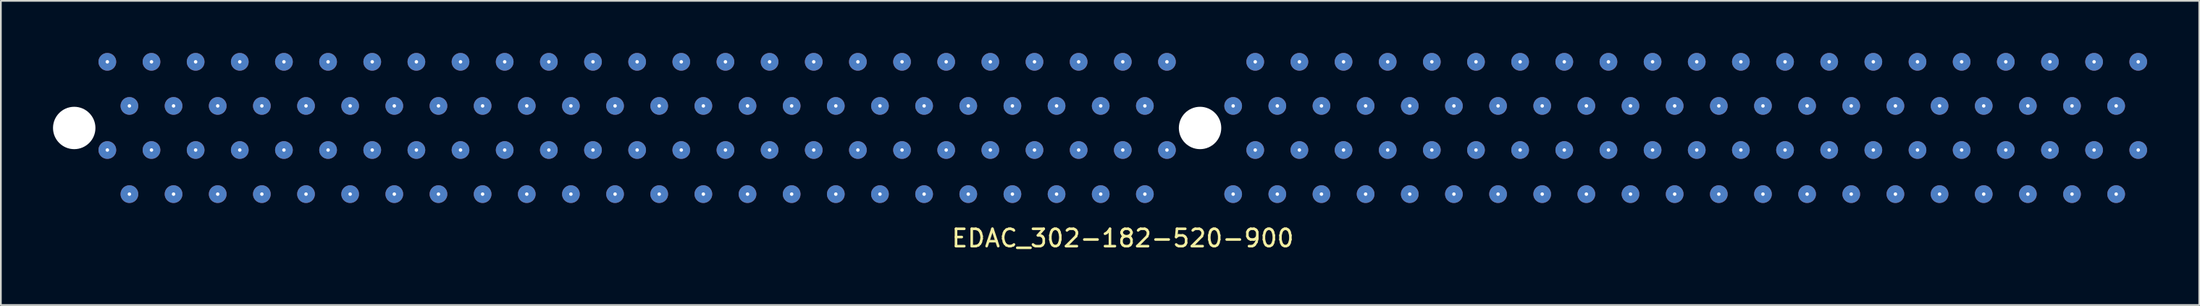
<source format=kicad_pcb>
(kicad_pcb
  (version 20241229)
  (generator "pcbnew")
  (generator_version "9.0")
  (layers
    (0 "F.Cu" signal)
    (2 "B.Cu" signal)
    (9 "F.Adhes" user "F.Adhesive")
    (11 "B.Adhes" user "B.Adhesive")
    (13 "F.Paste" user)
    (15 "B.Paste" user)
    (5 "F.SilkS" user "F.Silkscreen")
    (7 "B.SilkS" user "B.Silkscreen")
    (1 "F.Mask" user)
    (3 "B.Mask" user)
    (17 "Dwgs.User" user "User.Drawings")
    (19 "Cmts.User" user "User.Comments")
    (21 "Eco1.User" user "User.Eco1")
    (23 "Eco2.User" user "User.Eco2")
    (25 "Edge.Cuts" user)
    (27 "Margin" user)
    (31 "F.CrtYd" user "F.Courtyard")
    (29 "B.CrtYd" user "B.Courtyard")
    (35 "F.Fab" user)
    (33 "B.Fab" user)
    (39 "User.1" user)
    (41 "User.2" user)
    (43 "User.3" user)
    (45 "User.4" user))
  (footprint "EDAC_302-182-520-900"
    (layer "F.Cu")
    (at 61.545 4.32)
    (property "Reference" "EDAC_302-182-520-900" (at 0 6.35 0) (layer "F.SilkS") (effects (font (size 1 1) (thickness 0.15))))
    (attr through_hole)
    (pad "" np_thru_hole circle (at -60.325 0) (size 2.44 2.44) (drill 2.44) (layers "*.Cu" "*.Mask"))
    (pad "" np_thru_hole circle (at 4.445 0) (size 2.44 2.44) (drill 2.44) (layers "*.Cu" "*.Mask"))
    (pad "1" thru_hole circle (at -58.42 -3.81) (size 1.02 1.02) (drill 0.2) (layers "*.Mask" "B.Cu"))
    (pad "2" thru_hole circle (at -57.15 -1.27) (size 1.02 1.02) (drill 0.2) (layers "*.Mask" "B.Cu"))
    (pad "3" thru_hole circle (at -55.88 -3.81) (size 1.02 1.02) (drill 0.2) (layers "*.Mask" "B.Cu"))
    (pad "4" thru_hole circle (at -54.61 -1.27) (size 1.02 1.02) (drill 0.2) (layers "*.Mask" "B.Cu"))
    (pad "5" thru_hole circle (at -53.34 -3.81) (size 1.02 1.02) (drill 0.2) (layers "*.Mask" "B.Cu"))
    (pad "6" thru_hole circle (at -52.07 -1.27) (size 1.02 1.02) (drill 0.2) (layers "*.Mask" "B.Cu"))
    (pad "7" thru_hole circle (at -50.8 -3.81) (size 1.02 1.02) (drill 0.2) (layers "*.Mask" "B.Cu"))
    (pad "8" thru_hole circle (at -49.53 -1.27) (size 1.02 1.02) (drill 0.2) (layers "*.Mask" "B.Cu"))
    (pad "9" thru_hole circle (at -48.26 -3.81) (size 1.02 1.02) (drill 0.2) (layers "*.Mask" "B.Cu"))
    (pad "10" thru_hole circle (at -46.99 -1.27) (size 1.02 1.02) (drill 0.2) (layers "*.Mask" "B.Cu"))
    (pad "11" thru_hole circle (at -45.72 -3.81) (size 1.02 1.02) (drill 0.2) (layers "*.Mask" "B.Cu"))
    (pad "12" thru_hole circle (at -44.45 -1.27) (size 1.02 1.02) (drill 0.2) (layers "*.Mask" "B.Cu"))
    (pad "13" thru_hole circle (at -43.18 -3.81) (size 1.02 1.02) (drill 0.2) (layers "*.Mask" "B.Cu"))
    (pad "14" thru_hole circle (at -41.91 -1.27) (size 1.02 1.02) (drill 0.2) (layers "*.Mask" "B.Cu"))
    (pad "15" thru_hole circle (at -40.64 -3.81) (size 1.02 1.02) (drill 0.2) (layers "*.Mask" "B.Cu"))
    (pad "16" thru_hole circle (at -39.37 -1.27) (size 1.02 1.02) (drill 0.2) (layers "*.Mask" "B.Cu"))
    (pad "17" thru_hole circle (at -38.1 -3.81) (size 1.02 1.02) (drill 0.2) (layers "*.Mask" "B.Cu"))
    (pad "18" thru_hole circle (at -36.83 -1.27) (size 1.02 1.02) (drill 0.2) (layers "*.Mask" "B.Cu"))
    (pad "19" thru_hole circle (at -35.56 -3.81) (size 1.02 1.02) (drill 0.2) (layers "*.Mask" "B.Cu"))
    (pad "20" thru_hole circle (at -34.29 -1.27) (size 1.02 1.02) (drill 0.2) (layers "*.Mask" "B.Cu"))
    (pad "21" thru_hole circle (at -33.02 -3.81) (size 1.02 1.02) (drill 0.2) (layers "*.Mask" "B.Cu"))
    (pad "22" thru_hole circle (at -31.75 -1.27) (size 1.02 1.02) (drill 0.2) (layers "*.Mask" "B.Cu"))
    (pad "23" thru_hole circle (at -30.48 -3.81) (size 1.02 1.02) (drill 0.2) (layers "*.Mask" "B.Cu"))
    (pad "24" thru_hole circle (at -29.21 -1.27) (size 1.02 1.02) (drill 0.2) (layers "*.Mask" "B.Cu"))
    (pad "25" thru_hole circle (at -27.94 -3.81) (size 1.02 1.02) (drill 0.2) (layers "*.Mask" "B.Cu"))
    (pad "26" thru_hole circle (at -26.67 -1.27) (size 1.02 1.02) (drill 0.2) (layers "*.Mask" "B.Cu"))
    (pad "27" thru_hole circle (at -25.4 -3.81) (size 1.02 1.02) (drill 0.2) (layers "*.Mask" "B.Cu"))
    (pad "28" thru_hole circle (at -24.13 -1.27) (size 1.02 1.02) (drill 0.2) (layers "*.Mask" "B.Cu"))
    (pad "29" thru_hole circle (at -22.86 -3.81) (size 1.02 1.02) (drill 0.2) (layers "*.Mask" "B.Cu"))
    (pad "30" thru_hole circle (at -21.59 -1.27) (size 1.02 1.02) (drill 0.2) (layers "*.Mask" "B.Cu"))
    (pad "31" thru_hole circle (at -20.32 -3.81) (size 1.02 1.02) (drill 0.2) (layers "*.Mask" "B.Cu"))
    (pad "32" thru_hole circle (at -19.05 -1.27) (size 1.02 1.02) (drill 0.2) (layers "*.Mask" "B.Cu"))
    (pad "33" thru_hole circle (at -17.78 -3.81) (size 1.02 1.02) (drill 0.2) (layers "*.Mask" "B.Cu"))
    (pad "34" thru_hole circle (at -16.51 -1.27) (size 1.02 1.02) (drill 0.2) (layers "*.Mask" "B.Cu"))
    (pad "35" thru_hole circle (at -15.24 -3.81) (size 1.02 1.02) (drill 0.2) (layers "*.Mask" "B.Cu"))
    (pad "36" thru_hole circle (at -13.97 -1.27) (size 1.02 1.02) (drill 0.2) (layers "*.Mask" "B.Cu"))
    (pad "37" thru_hole circle (at -12.7 -3.81) (size 1.02 1.02) (drill 0.2) (layers "*.Mask" "B.Cu"))
    (pad "38" thru_hole circle (at -11.43 -1.27) (size 1.02 1.02) (drill 0.2) (layers "*.Mask" "B.Cu"))
    (pad "39" thru_hole circle (at -10.16 -3.81) (size 1.02 1.02) (drill 0.2) (layers "*.Mask" "B.Cu"))
    (pad "40" thru_hole circle (at -8.89 -1.27) (size 1.02 1.02) (drill 0.2) (layers "*.Mask" "B.Cu"))
    (pad "41" thru_hole circle (at -7.62 -3.81) (size 1.02 1.02) (drill 0.2) (layers "*.Mask" "B.Cu"))
    (pad "42" thru_hole circle (at -6.35 -1.27) (size 1.02 1.02) (drill 0.2) (layers "*.Mask" "B.Cu"))
    (pad "43" thru_hole circle (at -5.08 -3.81) (size 1.02 1.02) (drill 0.2) (layers "*.Mask" "B.Cu"))
    (pad "44" thru_hole circle (at -3.81 -1.27) (size 1.02 1.02) (drill 0.2) (layers "*.Mask" "B.Cu"))
    (pad "45" thru_hole circle (at -2.54 -3.81) (size 1.02 1.02) (drill 0.2) (layers "*.Mask" "B.Cu"))
    (pad "46" thru_hole circle (at -1.27 -1.27) (size 1.02 1.02) (drill 0.2) (layers "*.Mask" "B.Cu"))
    (pad "47" thru_hole circle (at 0 -3.81) (size 1.02 1.02) (drill 0.2) (layers "*.Mask" "B.Cu"))
    (pad "48" thru_hole circle (at 1.27 -1.27) (size 1.02 1.02) (drill 0.2) (layers "*.Mask" "B.Cu"))
    (pad "49" thru_hole circle (at 2.54 -3.81) (size 1.02 1.02) (drill 0.2) (layers "*.Mask" "B.Cu"))
    (pad "50" thru_hole circle (at 6.35 -1.27) (size 1.02 1.02) (drill 0.2) (layers "*.Mask" "B.Cu"))
    (pad "51" thru_hole circle (at 7.62 -3.81) (size 1.02 1.02) (drill 0.2) (layers "*.Mask" "B.Cu"))
    (pad "52" thru_hole circle (at 8.89 -1.27) (size 1.02 1.02) (drill 0.2) (layers "*.Mask" "B.Cu"))
    (pad "53" thru_hole circle (at 10.16 -3.81) (size 1.02 1.02) (drill 0.2) (layers "*.Mask" "B.Cu"))
    (pad "54" thru_hole circle (at 11.43 -1.27) (size 1.02 1.02) (drill 0.2) (layers "*.Mask" "B.Cu"))
    (pad "55" thru_hole circle (at 12.7 -3.81) (size 1.02 1.02) (drill 0.2) (layers "*.Mask" "B.Cu"))
    (pad "56" thru_hole circle (at 13.97 -1.27) (size 1.02 1.02) (drill 0.2) (layers "*.Mask" "B.Cu"))
    (pad "57" thru_hole circle (at 15.24 -3.81) (size 1.02 1.02) (drill 0.2) (layers "*.Mask" "B.Cu"))
    (pad "58" thru_hole circle (at 16.51 -1.27) (size 1.02 1.02) (drill 0.2) (layers "*.Mask" "B.Cu"))
    (pad "59" thru_hole circle (at 17.78 -3.81) (size 1.02 1.02) (drill 0.2) (layers "*.Mask" "B.Cu"))
    (pad "60" thru_hole circle (at 19.05 -1.27) (size 1.02 1.02) (drill 0.2) (layers "*.Mask" "B.Cu"))
    (pad "61" thru_hole circle (at 20.32 -3.81) (size 1.02 1.02) (drill 0.2) (layers "*.Mask" "B.Cu"))
    (pad "62" thru_hole circle (at 21.59 -1.27) (size 1.02 1.02) (drill 0.2) (layers "*.Mask" "B.Cu"))
    (pad "63" thru_hole circle (at 22.86 -3.81) (size 1.02 1.02) (drill 0.2) (layers "*.Mask" "B.Cu"))
    (pad "64" thru_hole circle (at 24.13 -1.27) (size 1.02 1.02) (drill 0.2) (layers "*.Mask" "B.Cu"))
    (pad "65" thru_hole circle (at 25.4 -3.81) (size 1.02 1.02) (drill 0.2) (layers "*.Mask" "B.Cu"))
    (pad "66" thru_hole circle (at 26.67 -1.27) (size 1.02 1.02) (drill 0.2) (layers "*.Mask" "B.Cu"))
    (pad "67" thru_hole circle (at 27.94 -3.81) (size 1.02 1.02) (drill 0.2) (layers "*.Mask" "B.Cu"))
    (pad "68" thru_hole circle (at 29.21 -1.27) (size 1.02 1.02) (drill 0.2) (layers "*.Mask" "B.Cu"))
    (pad "69" thru_hole circle (at 30.48 -3.81) (size 1.02 1.02) (drill 0.2) (layers "*.Mask" "B.Cu"))
    (pad "70" thru_hole circle (at 31.75 -1.27) (size 1.02 1.02) (drill 0.2) (layers "*.Mask" "B.Cu"))
    (pad "71" thru_hole circle (at 33.02 -3.81) (size 1.02 1.02) (drill 0.2) (layers "*.Mask" "B.Cu"))
    (pad "72" thru_hole circle (at 34.29 -1.27) (size 1.02 1.02) (drill 0.2) (layers "*.Mask" "B.Cu"))
    (pad "73" thru_hole circle (at 35.56 -3.81) (size 1.02 1.02) (drill 0.2) (layers "*.Mask" "B.Cu"))
    (pad "74" thru_hole circle (at 36.83 -1.27) (size 1.02 1.02) (drill 0.2) (layers "*.Mask" "B.Cu"))
    (pad "75" thru_hole circle (at 38.1 -3.81) (size 1.02 1.02) (drill 0.2) (layers "*.Mask" "B.Cu"))
    (pad "76" thru_hole circle (at 39.37 -1.27) (size 1.02 1.02) (drill 0.2) (layers "*.Mask" "B.Cu"))
    (pad "77" thru_hole circle (at 40.64 -3.81) (size 1.02 1.02) (drill 0.2) (layers "*.Mask" "B.Cu"))
    (pad "78" thru_hole circle (at 41.91 -1.27) (size 1.02 1.02) (drill 0.2) (layers "*.Mask" "B.Cu"))
    (pad "79" thru_hole circle (at 43.18 -3.81) (size 1.02 1.02) (drill 0.2) (layers "*.Mask" "B.Cu"))
    (pad "80" thru_hole circle (at 44.45 -1.27) (size 1.02 1.02) (drill 0.2) (layers "*.Mask" "B.Cu"))
    (pad "81" thru_hole circle (at 45.72 -3.81) (size 1.02 1.02) (drill 0.2) (layers "*.Mask" "B.Cu"))
    (pad "82" thru_hole circle (at 46.99 -1.27) (size 1.02 1.02) (drill 0.2) (layers "*.Mask" "B.Cu"))
    (pad "83" thru_hole circle (at 48.26 -3.81) (size 1.02 1.02) (drill 0.2) (layers "*.Mask" "B.Cu"))
    (pad "84" thru_hole circle (at 49.53 -1.27) (size 1.02 1.02) (drill 0.2) (layers "*.Mask" "B.Cu"))
    (pad "85" thru_hole circle (at 50.8 -3.81) (size 1.02 1.02) (drill 0.2) (layers "*.Mask" "B.Cu"))
    (pad "86" thru_hole circle (at 52.07 -1.27) (size 1.02 1.02) (drill 0.2) (layers "*.Mask" "B.Cu"))
    (pad "87" thru_hole circle (at 53.34 -3.81) (size 1.02 1.02) (drill 0.2) (layers "*.Mask" "B.Cu"))
    (pad "88" thru_hole circle (at 54.61 -1.27) (size 1.02 1.02) (drill 0.2) (layers "*.Mask" "B.Cu"))
    (pad "89" thru_hole circle (at 55.88 -3.81) (size 1.02 1.02) (drill 0.2) (layers "*.Mask" "B.Cu"))
    (pad "90" thru_hole circle (at 57.15 -1.27) (size 1.02 1.02) (drill 0.2) (layers "*.Mask" "B.Cu"))
    (pad "91" thru_hole circle (at 58.42 -3.81) (size 1.02 1.02) (drill 0.2) (layers "*.Mask" "B.Cu"))
    (pad "92" thru_hole circle (at -58.42 1.27) (size 1.02 1.02) (drill 0.2) (layers "*.Mask" "B.Cu"))
    (pad "93" thru_hole circle (at -57.15 3.81) (size 1.02 1.02) (drill 0.2) (layers "*.Mask" "B.Cu"))
    (pad "94" thru_hole circle (at -55.88 1.27) (size 1.02 1.02) (drill 0.2) (layers "*.Mask" "B.Cu"))
    (pad "95" thru_hole circle (at -54.61 3.81) (size 1.02 1.02) (drill 0.2) (layers "*.Mask" "B.Cu"))
    (pad "96" thru_hole circle (at -53.34 1.27) (size 1.02 1.02) (drill 0.2) (layers "*.Mask" "B.Cu"))
    (pad "97" thru_hole circle (at -52.07 3.81) (size 1.02 1.02) (drill 0.2) (layers "*.Mask" "B.Cu"))
    (pad "98" thru_hole circle (at -50.8 1.27) (size 1.02 1.02) (drill 0.2) (layers "*.Mask" "B.Cu"))
    (pad "99" thru_hole circle (at -49.53 3.81) (size 1.02 1.02) (drill 0.2) (layers "*.Mask" "B.Cu"))
    (pad "100" thru_hole circle (at -48.26 1.27) (size 1.02 1.02) (drill 0.2) (layers "*.Mask" "B.Cu"))
    (pad "101" thru_hole circle (at -46.99 3.81) (size 1.02 1.02) (drill 0.2) (layers "*.Mask" "B.Cu"))
    (pad "102" thru_hole circle (at -45.72 1.27) (size 1.02 1.02) (drill 0.2) (layers "*.Mask" "B.Cu"))
    (pad "103" thru_hole circle (at -44.45 3.81) (size 1.02 1.02) (drill 0.2) (layers "*.Mask" "B.Cu"))
    (pad "104" thru_hole circle (at -43.18 1.27) (size 1.02 1.02) (drill 0.2) (layers "*.Mask" "B.Cu"))
    (pad "105" thru_hole circle (at -41.91 3.81) (size 1.02 1.02) (drill 0.2) (layers "*.Mask" "B.Cu"))
    (pad "106" thru_hole circle (at -40.64 1.27) (size 1.02 1.02) (drill 0.2) (layers "*.Mask" "B.Cu"))
    (pad "107" thru_hole circle (at -39.37 3.81) (size 1.02 1.02) (drill 0.2) (layers "*.Mask" "B.Cu"))
    (pad "108" thru_hole circle (at -38.1 1.27) (size 1.02 1.02) (drill 0.2) (layers "*.Mask" "B.Cu"))
    (pad "109" thru_hole circle (at -36.83 3.81) (size 1.02 1.02) (drill 0.2) (layers "*.Mask" "B.Cu"))
    (pad "110" thru_hole circle (at -35.56 1.27) (size 1.02 1.02) (drill 0.2) (layers "*.Mask" "B.Cu"))
    (pad "111" thru_hole circle (at -34.29 3.81) (size 1.02 1.02) (drill 0.2) (layers "*.Mask" "B.Cu"))
    (pad "112" thru_hole circle (at -33.02 1.27) (size 1.02 1.02) (drill 0.2) (layers "*.Mask" "B.Cu"))
    (pad "113" thru_hole circle (at -31.75 3.81) (size 1.02 1.02) (drill 0.2) (layers "*.Mask" "B.Cu"))
    (pad "114" thru_hole circle (at -30.48 1.27) (size 1.02 1.02) (drill 0.2) (layers "*.Mask" "B.Cu"))
    (pad "115" thru_hole circle (at -29.21 3.81) (size 1.02 1.02) (drill 0.2) (layers "*.Mask" "B.Cu"))
    (pad "116" thru_hole circle (at -27.94 1.27) (size 1.02 1.02) (drill 0.2) (layers "*.Mask" "B.Cu"))
    (pad "117" thru_hole circle (at -26.67 3.81) (size 1.02 1.02) (drill 0.2) (layers "*.Mask" "B.Cu"))
    (pad "118" thru_hole circle (at -25.4 1.27) (size 1.02 1.02) (drill 0.2) (layers "*.Mask" "B.Cu"))
    (pad "119" thru_hole circle (at -24.13 3.81) (size 1.02 1.02) (drill 0.2) (layers "*.Mask" "B.Cu"))
    (pad "120" thru_hole circle (at -22.86 1.27) (size 1.02 1.02) (drill 0.2) (layers "*.Mask" "B.Cu"))
    (pad "121" thru_hole circle (at -21.59 3.81) (size 1.02 1.02) (drill 0.2) (layers "*.Mask" "B.Cu"))
    (pad "122" thru_hole circle (at -20.32 1.27) (size 1.02 1.02) (drill 0.2) (layers "*.Mask" "B.Cu"))
    (pad "123" thru_hole circle (at -19.05 3.81) (size 1.02 1.02) (drill 0.2) (layers "*.Mask" "B.Cu"))
    (pad "124" thru_hole circle (at -17.78 1.27) (size 1.02 1.02) (drill 0.2) (layers "*.Mask" "B.Cu"))
    (pad "125" thru_hole circle (at -16.51 3.81) (size 1.02 1.02) (drill 0.2) (layers "*.Mask" "B.Cu"))
    (pad "126" thru_hole circle (at -15.24 1.27) (size 1.02 1.02) (drill 0.2) (layers "*.Mask" "B.Cu"))
    (pad "127" thru_hole circle (at -13.97 3.81) (size 1.02 1.02) (drill 0.2) (layers "*.Mask" "B.Cu"))
    (pad "128" thru_hole circle (at -12.7 1.27) (size 1.02 1.02) (drill 0.2) (layers "*.Mask" "B.Cu"))
    (pad "129" thru_hole circle (at -11.43 3.81) (size 1.02 1.02) (drill 0.2) (layers "*.Mask" "B.Cu"))
    (pad "130" thru_hole circle (at -10.16 1.27) (size 1.02 1.02) (drill 0.2) (layers "*.Mask" "B.Cu"))
    (pad "131" thru_hole circle (at -8.89 3.81) (size 1.02 1.02) (drill 0.2) (layers "*.Mask" "B.Cu"))
    (pad "132" thru_hole circle (at -7.62 1.27) (size 1.02 1.02) (drill 0.2) (layers "*.Mask" "B.Cu"))
    (pad "133" thru_hole circle (at -6.35 3.81) (size 1.02 1.02) (drill 0.2) (layers "*.Mask" "B.Cu"))
    (pad "134" thru_hole circle (at -5.08 1.27) (size 1.02 1.02) (drill 0.2) (layers "*.Mask" "B.Cu"))
    (pad "135" thru_hole circle (at -3.81 3.81) (size 1.02 1.02) (drill 0.2) (layers "*.Mask" "B.Cu"))
    (pad "136" thru_hole circle (at -2.54 1.27) (size 1.02 1.02) (drill 0.2) (layers "*.Mask" "B.Cu"))
    (pad "137" thru_hole circle (at -1.27 3.81) (size 1.02 1.02) (drill 0.2) (layers "*.Mask" "B.Cu"))
    (pad "138" thru_hole circle (at 0 1.27) (size 1.02 1.02) (drill 0.2) (layers "*.Mask" "B.Cu"))
    (pad "139" thru_hole circle (at 1.27 3.81) (size 1.02 1.02) (drill 0.2) (layers "*.Mask" "B.Cu"))
    (pad "140" thru_hole circle (at 2.54 1.27) (size 1.02 1.02) (drill 0.2) (layers "*.Mask" "B.Cu"))
    (pad "141" thru_hole circle (at 6.35 3.81) (size 1.02 1.02) (drill 0.2) (layers "*.Mask" "B.Cu"))
    (pad "142" thru_hole circle (at 7.62 1.27) (size 1.02 1.02) (drill 0.2) (layers "*.Mask" "B.Cu"))
    (pad "143" thru_hole circle (at 8.89 3.81) (size 1.02 1.02) (drill 0.2) (layers "*.Mask" "B.Cu"))
    (pad "144" thru_hole circle (at 10.16 1.27) (size 1.02 1.02) (drill 0.2) (layers "*.Mask" "B.Cu"))
    (pad "145" thru_hole circle (at 11.43 3.81) (size 1.02 1.02) (drill 0.2) (layers "*.Mask" "B.Cu"))
    (pad "146" thru_hole circle (at 12.7 1.27) (size 1.02 1.02) (drill 0.2) (layers "*.Mask" "B.Cu"))
    (pad "147" thru_hole circle (at 13.97 3.81) (size 1.02 1.02) (drill 0.2) (layers "*.Mask" "B.Cu"))
    (pad "148" thru_hole circle (at 15.24 1.27) (size 1.02 1.02) (drill 0.2) (layers "*.Mask" "B.Cu"))
    (pad "149" thru_hole circle (at 16.51 3.81) (size 1.02 1.02) (drill 0.2) (layers "*.Mask" "B.Cu"))
    (pad "150" thru_hole circle (at 17.78 1.27) (size 1.02 1.02) (drill 0.2) (layers "*.Mask" "B.Cu"))
    (pad "151" thru_hole circle (at 19.05 3.81) (size 1.02 1.02) (drill 0.2) (layers "*.Mask" "B.Cu"))
    (pad "152" thru_hole circle (at 20.32 1.27) (size 1.02 1.02) (drill 0.2) (layers "*.Mask" "B.Cu"))
    (pad "153" thru_hole circle (at 21.59 3.81) (size 1.02 1.02) (drill 0.2) (layers "*.Mask" "B.Cu"))
    (pad "154" thru_hole circle (at 22.86 1.27) (size 1.02 1.02) (drill 0.2) (layers "*.Mask" "B.Cu"))
    (pad "155" thru_hole circle (at 24.13 3.81) (size 1.02 1.02) (drill 0.2) (layers "*.Mask" "B.Cu"))
    (pad "156" thru_hole circle (at 25.4 1.27) (size 1.02 1.02) (drill 0.2) (layers "*.Mask" "B.Cu"))
    (pad "157" thru_hole circle (at 26.67 3.81) (size 1.02 1.02) (drill 0.2) (layers "*.Mask" "B.Cu"))
    (pad "158" thru_hole circle (at 27.94 1.27) (size 1.02 1.02) (drill 0.2) (layers "*.Mask" "B.Cu"))
    (pad "159" thru_hole circle (at 29.21 3.81) (size 1.02 1.02) (drill 0.2) (layers "*.Mask" "B.Cu"))
    (pad "160" thru_hole circle (at 30.48 1.27) (size 1.02 1.02) (drill 0.2) (layers "*.Mask" "B.Cu"))
    (pad "161" thru_hole circle (at 31.75 3.81) (size 1.02 1.02) (drill 0.2) (layers "*.Mask" "B.Cu"))
    (pad "162" thru_hole circle (at 33.02 1.27) (size 1.02 1.02) (drill 0.2) (layers "*.Mask" "B.Cu"))
    (pad "163" thru_hole circle (at 34.29 3.81) (size 1.02 1.02) (drill 0.2) (layers "*.Mask" "B.Cu"))
    (pad "164" thru_hole circle (at 35.56 1.27) (size 1.02 1.02) (drill 0.2) (layers "*.Mask" "B.Cu"))
    (pad "165" thru_hole circle (at 36.83 3.81) (size 1.02 1.02) (drill 0.2) (layers "*.Mask" "B.Cu"))
    (pad "166" thru_hole circle (at 38.1 1.27) (size 1.02 1.02) (drill 0.2) (layers "*.Mask" "B.Cu"))
    (pad "167" thru_hole circle (at 39.37 3.81) (size 1.02 1.02) (drill 0.2) (layers "*.Mask" "B.Cu"))
    (pad "168" thru_hole circle (at 40.64 1.27) (size 1.02 1.02) (drill 0.2) (layers "*.Mask" "B.Cu"))
    (pad "169" thru_hole circle (at 41.91 3.81) (size 1.02 1.02) (drill 0.2) (layers "*.Mask" "B.Cu"))
    (pad "170" thru_hole circle (at 43.18 1.27) (size 1.02 1.02) (drill 0.2) (layers "*.Mask" "B.Cu"))
    (pad "171" thru_hole circle (at 44.45 3.81) (size 1.02 1.02) (drill 0.2) (layers "*.Mask" "B.Cu"))
    (pad "172" thru_hole circle (at 45.72 1.27) (size 1.02 1.02) (drill 0.2) (layers "*.Mask" "B.Cu"))
    (pad "173" thru_hole circle (at 46.99 3.81) (size 1.02 1.02) (drill 0.2) (layers "*.Mask" "B.Cu"))
    (pad "174" thru_hole circle (at 48.26 1.27) (size 1.02 1.02) (drill 0.2) (layers "*.Mask" "B.Cu"))
    (pad "175" thru_hole circle (at 49.53 3.81) (size 1.02 1.02) (drill 0.2) (layers "*.Mask" "B.Cu"))
    (pad "176" thru_hole circle (at 50.8 1.27) (size 1.02 1.02) (drill 0.2) (layers "*.Mask" "B.Cu"))
    (pad "177" thru_hole circle (at 52.07 3.81) (size 1.02 1.02) (drill 0.2) (layers "*.Mask" "B.Cu"))
    (pad "178" thru_hole circle (at 53.34 1.27) (size 1.02 1.02) (drill 0.2) (layers "*.Mask" "B.Cu"))
    (pad "179" thru_hole circle (at 54.61 3.81) (size 1.02 1.02) (drill 0.2) (layers "*.Mask" "B.Cu"))
    (pad "180" thru_hole circle (at 55.88 1.27) (size 1.02 1.02) (drill 0.2) (layers "*.Mask" "B.Cu"))
    (pad "181" thru_hole circle (at 57.15 3.81) (size 1.02 1.02) (drill 0.2) (layers "*.Mask" "B.Cu"))
    (pad "182" thru_hole circle (at 58.42 1.27) (size 1.02 1.02) (drill 0.2) (layers "*.Mask" "B.Cu")))
  (gr_rect
    (start -3 -3)
    (end 123.475 14.518)
    (stroke (width 0.1) (type default))
    (fill no)
    (layer "Edge.Cuts")))
</source>
